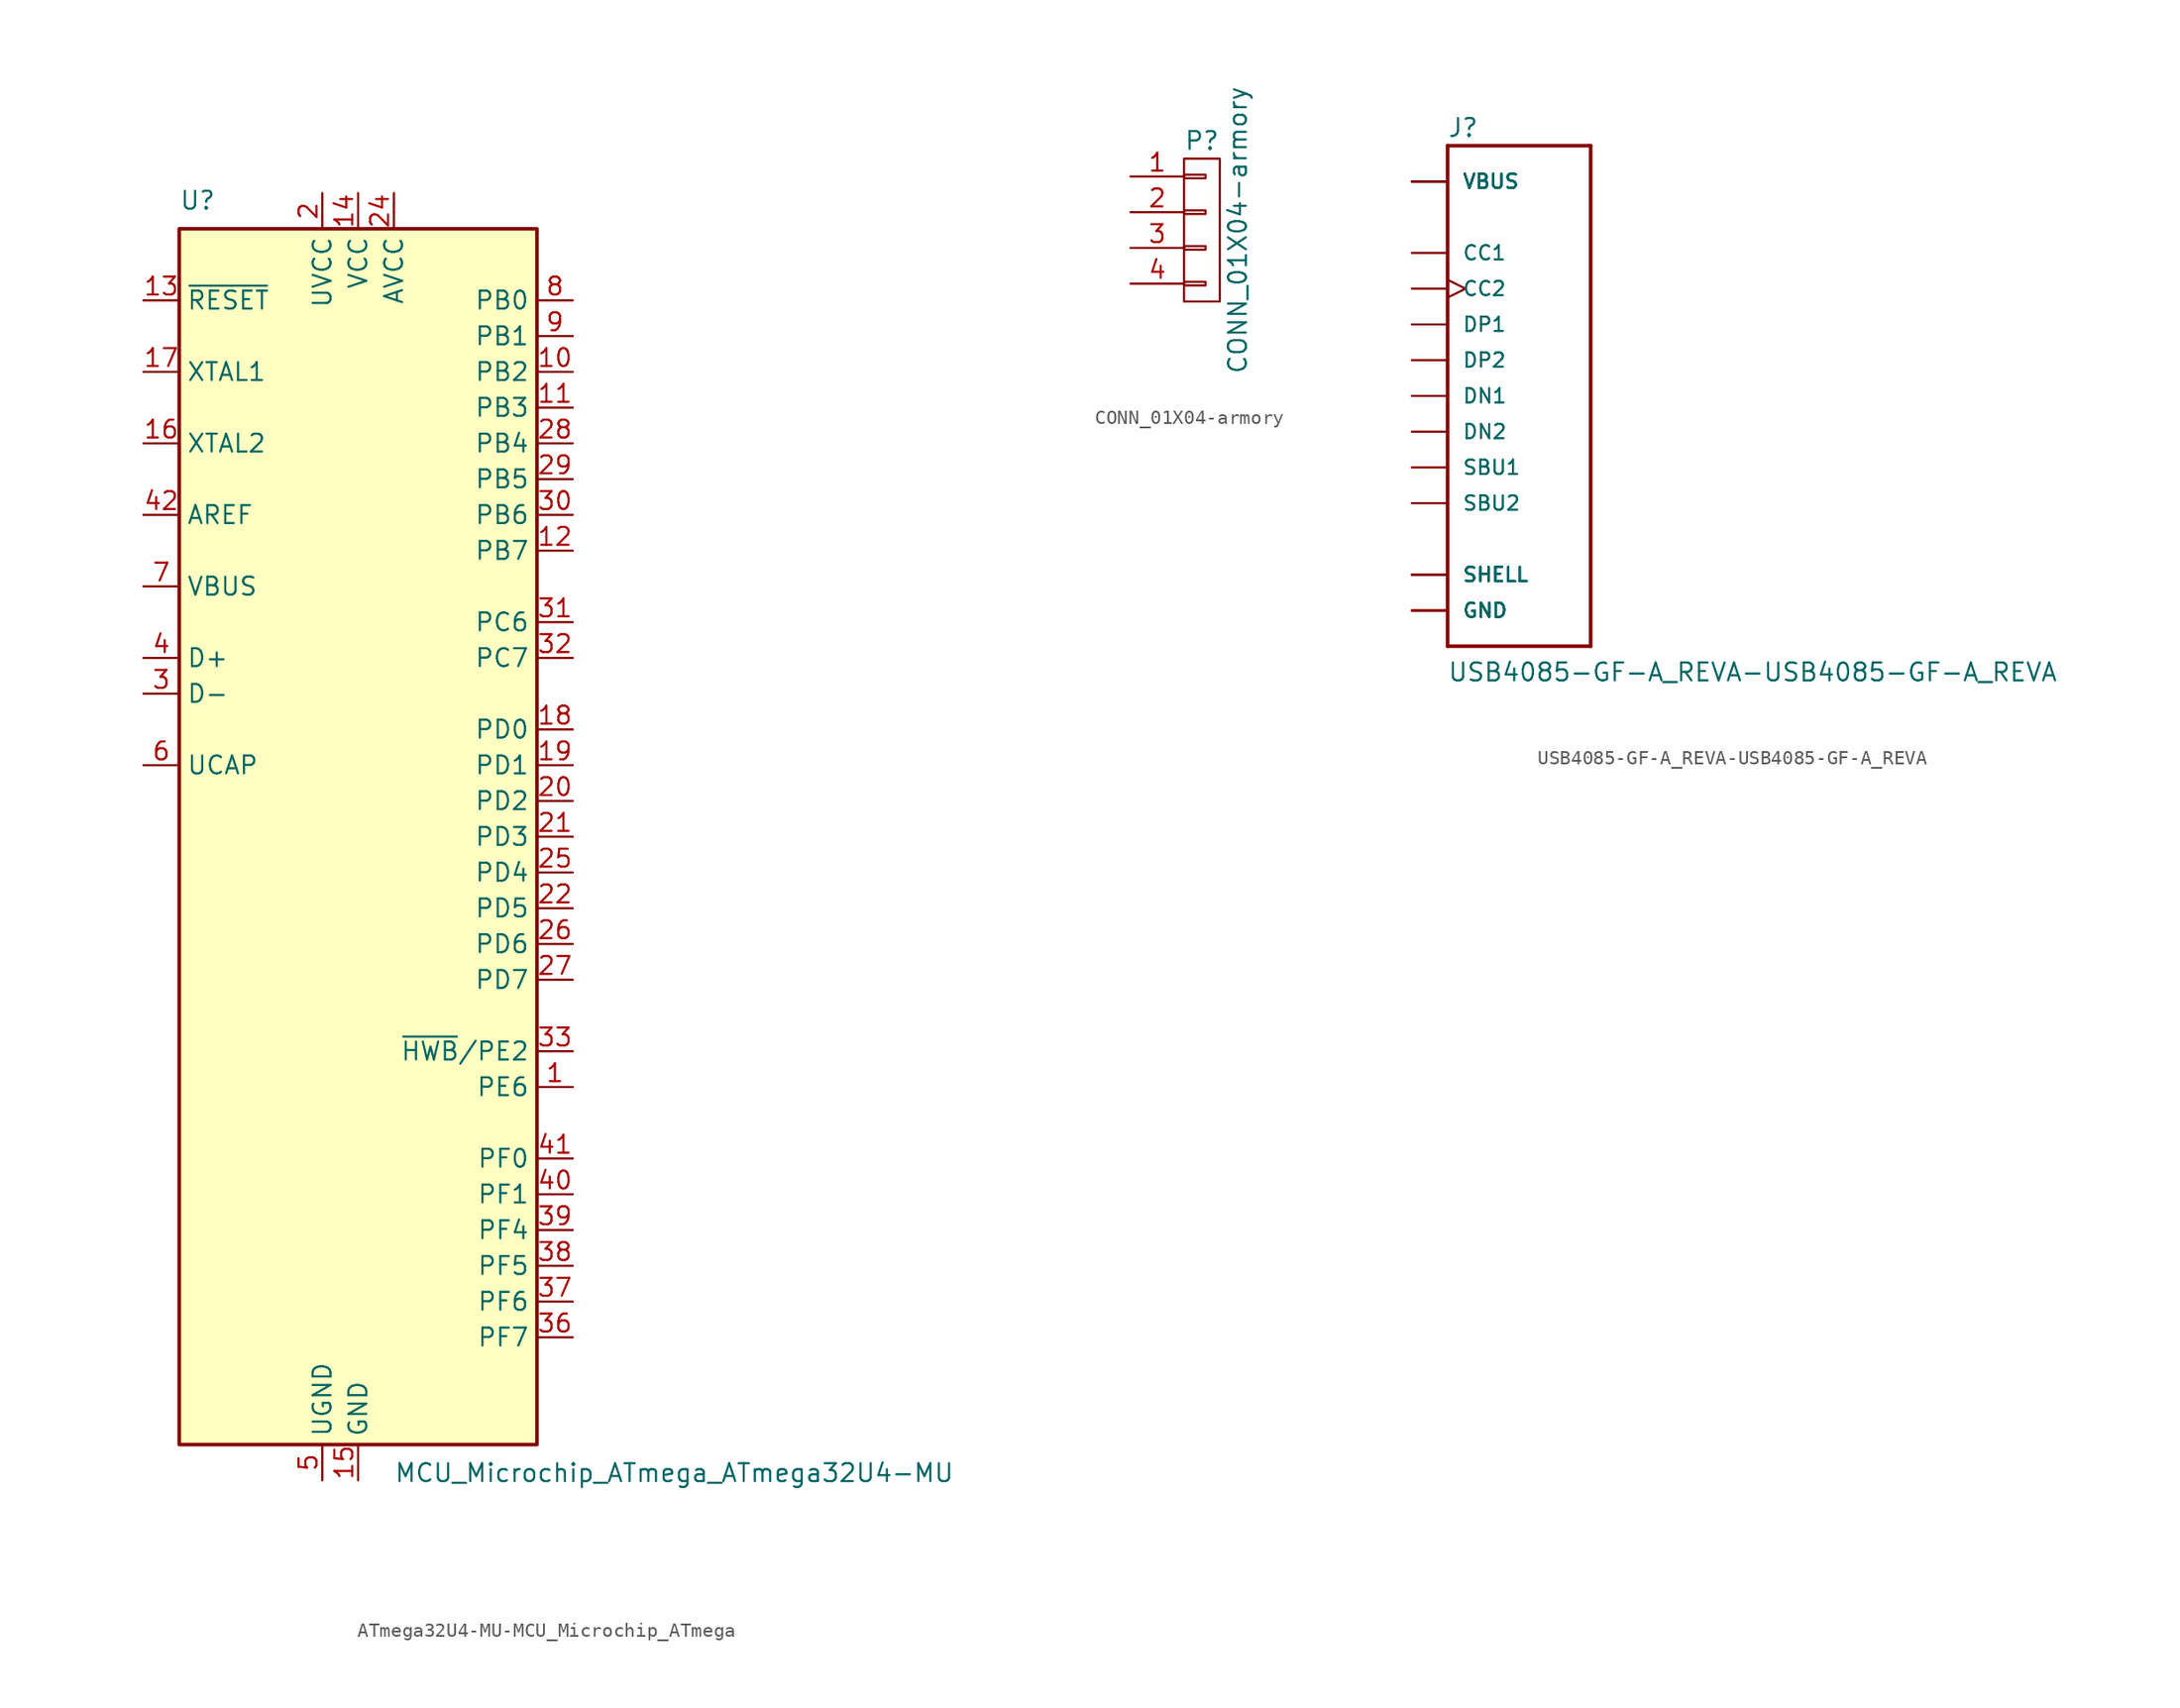
<source format=kicad_sym>
(kicad_symbol_lib
  (version 20231120)
  (generator "kicad_symbol_editor")
  (generator_version "8.0")
  (symbol "ATmega32U4-MU-MCU_Microchip_ATmega"
    (property "Reference" "U"
      (at -12.7 44.45 0)
      (effects (font (size 1.27 1.27)) (justify left bottom)))
    (property "Value" "MCU_Microchip_ATmega_ATmega32U4-MU"
      (at 2.54 -44.45 0)
      (effects (font (size 1.27 1.27)) (justify left top)))
    (symbol "ATmega32U4-MU-MCU_Microchip_ATmega_0_1"
      (rectangle (start -12.7 -43.18) (end 12.7 43.18) (stroke (width 0.254) (type solid)) (fill (type background))))
    (symbol "ATmega32U4-MU-MCU_Microchip_ATmega_1_1"
      (pin bidirectional line (at 15.24 -17.78 180) (length 2.54) (name "PE6" (effects (font (size 1.27 1.27)))) (number "1" (effects (font (size 1.27 1.27)))))
      (pin bidirectional line (at 15.24 33.02 180) (length 2.54) (name "PB2" (effects (font (size 1.27 1.27)))) (number "10" (effects (font (size 1.27 1.27)))))
      (pin bidirectional line (at 15.24 30.48 180) (length 2.54) (name "PB3" (effects (font (size 1.27 1.27)))) (number "11" (effects (font (size 1.27 1.27)))))
      (pin bidirectional line (at 15.24 20.32 180) (length 2.54) (name "PB7" (effects (font (size 1.27 1.27)))) (number "12" (effects (font (size 1.27 1.27)))))
      (pin input line (at -15.24 38.1 0) (length 2.54) (name "~{RESET}" (effects (font (size 1.27 1.27)))) (number "13" (effects (font (size 1.27 1.27)))))
      (pin power_in line (at 0 45.72 270) (length 2.54) (name "VCC" (effects (font (size 1.27 1.27)))) (number "14" (effects (font (size 1.27 1.27)))))
      (pin power_in line (at 0 -45.72 90) (length 2.54) (name "GND" (effects (font (size 1.27 1.27)))) (number "15" (effects (font (size 1.27 1.27)))))
      (pin output line (at -15.24 27.94 0) (length 2.54) (name "XTAL2" (effects (font (size 1.27 1.27)))) (number "16" (effects (font (size 1.27 1.27)))))
      (pin input line (at -15.24 33.02 0) (length 2.54) (name "XTAL1" (effects (font (size 1.27 1.27)))) (number "17" (effects (font (size 1.27 1.27)))))
      (pin bidirectional line (at 15.24 7.62 180) (length 2.54) (name "PD0" (effects (font (size 1.27 1.27)))) (number "18" (effects (font (size 1.27 1.27)))))
      (pin bidirectional line (at 15.24 5.08 180) (length 2.54) (name "PD1" (effects (font (size 1.27 1.27)))) (number "19" (effects (font (size 1.27 1.27)))))
      (pin power_in line (at -2.54 45.72 270) (length 2.54) (name "UVCC" (effects (font (size 1.27 1.27)))) (number "2" (effects (font (size 1.27 1.27)))))
      (pin bidirectional line (at 15.24 2.54 180) (length 2.54) (name "PD2" (effects (font (size 1.27 1.27)))) (number "20" (effects (font (size 1.27 1.27)))))
      (pin bidirectional line (at 15.24 0 180) (length 2.54) (name "PD3" (effects (font (size 1.27 1.27)))) (number "21" (effects (font (size 1.27 1.27)))))
      (pin bidirectional line (at 15.24 -5.08 180) (length 2.54) (name "PD5" (effects (font (size 1.27 1.27)))) (number "22" (effects (font (size 1.27 1.27)))))
      (pin passive line (at 0 -45.72 90) (length 2.54) hide (name "GND" (effects (font (size 1.27 1.27)))) (number "23" (effects (font (size 1.27 1.27)))))
      (pin power_in line (at 2.54 45.72 270) (length 2.54) (name "AVCC" (effects (font (size 1.27 1.27)))) (number "24" (effects (font (size 1.27 1.27)))))
      (pin bidirectional line (at 15.24 -2.54 180) (length 2.54) (name "PD4" (effects (font (size 1.27 1.27)))) (number "25" (effects (font (size 1.27 1.27)))))
      (pin bidirectional line (at 15.24 -7.62 180) (length 2.54) (name "PD6" (effects (font (size 1.27 1.27)))) (number "26" (effects (font (size 1.27 1.27)))))
      (pin bidirectional line (at 15.24 -10.16 180) (length 2.54) (name "PD7" (effects (font (size 1.27 1.27)))) (number "27" (effects (font (size 1.27 1.27)))))
      (pin bidirectional line (at 15.24 27.94 180) (length 2.54) (name "PB4" (effects (font (size 1.27 1.27)))) (number "28" (effects (font (size 1.27 1.27)))))
      (pin bidirectional line (at 15.24 25.4 180) (length 2.54) (name "PB5" (effects (font (size 1.27 1.27)))) (number "29" (effects (font (size 1.27 1.27)))))
      (pin bidirectional line (at -15.24 10.16 0) (length 2.54) (name "D-" (effects (font (size 1.27 1.27)))) (number "3" (effects (font (size 1.27 1.27)))))
      (pin bidirectional line (at 15.24 22.86 180) (length 2.54) (name "PB6" (effects (font (size 1.27 1.27)))) (number "30" (effects (font (size 1.27 1.27)))))
      (pin bidirectional line (at 15.24 15.24 180) (length 2.54) (name "PC6" (effects (font (size 1.27 1.27)))) (number "31" (effects (font (size 1.27 1.27)))))
      (pin bidirectional line (at 15.24 12.7 180) (length 2.54) (name "PC7" (effects (font (size 1.27 1.27)))) (number "32" (effects (font (size 1.27 1.27)))))
      (pin bidirectional line (at 15.24 -15.24 180) (length 2.54) (name "~{HWB}/PE2" (effects (font (size 1.27 1.27)))) (number "33" (effects (font (size 1.27 1.27)))))
      (pin passive line (at 0 45.72 270) (length 2.54) hide (name "VCC" (effects (font (size 1.27 1.27)))) (number "34" (effects (font (size 1.27 1.27)))))
      (pin passive line (at 0 -45.72 90) (length 2.54) hide (name "GND" (effects (font (size 1.27 1.27)))) (number "35" (effects (font (size 1.27 1.27)))))
      (pin bidirectional line (at 15.24 -35.56 180) (length 2.54) (name "PF7" (effects (font (size 1.27 1.27)))) (number "36" (effects (font (size 1.27 1.27)))))
      (pin bidirectional line (at 15.24 -33.02 180) (length 2.54) (name "PF6" (effects (font (size 1.27 1.27)))) (number "37" (effects (font (size 1.27 1.27)))))
      (pin bidirectional line (at 15.24 -30.48 180) (length 2.54) (name "PF5" (effects (font (size 1.27 1.27)))) (number "38" (effects (font (size 1.27 1.27)))))
      (pin bidirectional line (at 15.24 -27.94 180) (length 2.54) (name "PF4" (effects (font (size 1.27 1.27)))) (number "39" (effects (font (size 1.27 1.27)))))
      (pin bidirectional line (at -15.24 12.7 0) (length 2.54) (name "D+" (effects (font (size 1.27 1.27)))) (number "4" (effects (font (size 1.27 1.27)))))
      (pin bidirectional line (at 15.24 -25.4 180) (length 2.54) (name "PF1" (effects (font (size 1.27 1.27)))) (number "40" (effects (font (size 1.27 1.27)))))
      (pin bidirectional line (at 15.24 -22.86 180) (length 2.54) (name "PF0" (effects (font (size 1.27 1.27)))) (number "41" (effects (font (size 1.27 1.27)))))
      (pin passive line (at -15.24 22.86 0) (length 2.54) (name "AREF" (effects (font (size 1.27 1.27)))) (number "42" (effects (font (size 1.27 1.27)))))
      (pin passive line (at 0 -45.72 90) (length 2.54) hide (name "GND" (effects (font (size 1.27 1.27)))) (number "43" (effects (font (size 1.27 1.27)))))
      (pin passive line (at 2.54 45.72 270) (length 2.54) hide (name "AVCC" (effects (font (size 1.27 1.27)))) (number "44" (effects (font (size 1.27 1.27)))))
      (pin passive line (at 0 -45.72 90) (length 2.54) hide (name "GND" (effects (font (size 1.27 1.27)))) (number "45" (effects (font (size 1.27 1.27)))))
      (pin passive line (at -2.54 -45.72 90) (length 2.54) (name "UGND" (effects (font (size 1.27 1.27)))) (number "5" (effects (font (size 1.27 1.27)))))
      (pin passive line (at -15.24 5.08 0) (length 2.54) (name "UCAP" (effects (font (size 1.27 1.27)))) (number "6" (effects (font (size 1.27 1.27)))))
      (pin input line (at -15.24 17.78 0) (length 2.54) (name "VBUS" (effects (font (size 1.27 1.27)))) (number "7" (effects (font (size 1.27 1.27)))))
      (pin bidirectional line (at 15.24 38.1 180) (length 2.54) (name "PB0" (effects (font (size 1.27 1.27)))) (number "8" (effects (font (size 1.27 1.27)))))
      (pin bidirectional line (at 15.24 35.56 180) (length 2.54) (name "PB1" (effects (font (size 1.27 1.27)))) (number "9" (effects (font (size 1.27 1.27)))))))
  (symbol "CONN_01X04-armory"
    (pin_names
      (offset 1.016) hide)
    (property "Reference" "P"
      (at 0 6.35 0)
      (effects (font (size 1.27 1.27))))
    (property "Value" "CONN_01X04-armory"
      (at 2.54 0 90)
      (effects (font (size 1.27 1.27))))
    (property "Footprint" ""
      (at 0 0 0)
      (effects (font (size 1.524 1.524))))
    (property "Datasheet" ""
      (at 0 0 0)
      (effects (font (size 1.524 1.524))))
    (symbol "CONN_01X04-armory_0_1"
      (rectangle (start -1.27 -3.683) (end 0.254 -3.937) (stroke (width 0) (type solid)) (fill (type none)))
      (rectangle (start -1.27 -1.143) (end 0.254 -1.397) (stroke (width 0) (type solid)) (fill (type none)))
      (rectangle (start -1.27 1.397) (end 0.254 1.143) (stroke (width 0) (type solid)) (fill (type none)))
      (rectangle (start -1.27 3.937) (end 0.254 3.683) (stroke (width 0) (type solid)) (fill (type none)))
      (rectangle (start -1.27 5.08) (end 1.27 -5.08) (stroke (width 0) (type solid)) (fill (type none))))
    (symbol "CONN_01X04-armory_1_1"
      (pin passive line (at -5.08 3.81 0) (length 3.81) (name "P1" (effects (font (size 1.27 1.27)))) (number "1" (effects (font (size 1.27 1.27)))))
      (pin passive line (at -5.08 1.27 0) (length 3.81) (name "P2" (effects (font (size 1.27 1.27)))) (number "2" (effects (font (size 1.27 1.27)))))
      (pin passive line (at -5.08 -1.27 0) (length 3.81) (name "P3" (effects (font (size 1.27 1.27)))) (number "3" (effects (font (size 1.27 1.27)))))
      (pin passive line (at -5.08 -3.81 0) (length 3.81) (name "P4" (effects (font (size 1.27 1.27)))) (number "4" (effects (font (size 1.27 1.27)))))))
  (symbol "USB4085-GF-A_REVA-USB4085-GF-A_REVA"
    (pin_numbers hide)
    (pin_names
      (offset 1.016))
    (property "Reference" "J"
      (at -5.105 18.313 0)
      (effects (font (size 1.27 1.27)) (justify left bottom)))
    (property "Value" "USB4085-GF-A_REVA-USB4085-GF-A_REVA"
      (at -5.105 -20.371 0)
      (effects (font (size 1.27 1.27)) (justify left bottom)))
    (property "ki_locked" ""
      (at 0 0 0)
      (effects (font (size 1.27 1.27))))
    (symbol "USB4085-GF-A_REVA-USB4085-GF-A_REVA_0_0"
      (polyline (pts (xy -5.08 -17.78) (xy -5.08 17.78)) (stroke (width 0.254) (type solid)) (fill (type none)))
      (polyline (pts (xy -5.08 17.78) (xy 5.08 17.78)) (stroke (width 0.254) (type solid)) (fill (type none)))
      (polyline (pts (xy 5.08 -17.78) (xy -5.08 -17.78)) (stroke (width 0.254) (type solid)) (fill (type none)))
      (polyline (pts (xy 5.08 17.78) (xy 5.08 -17.78)) (stroke (width 0.254) (type solid)) (fill (type none)))
      (pin passive line (at -7.62 -15.24 0) (length 2.54) (name "GND" (effects (font (size 1.016 1.016)))) (number "A1" (effects (font (size 1.016 1.016)))))
      (pin passive line (at -7.62 -15.24 0) (length 2.54) (name "GND" (effects (font (size 1.016 1.016)))) (number "A12" (effects (font (size 1.016 1.016)))))
      (pin power_in line (at -7.62 15.24 0) (length 2.54) (name "VBUS" (effects (font (size 1.016 1.016)))) (number "A4" (effects (font (size 1.016 1.016)))))
      (pin bidirectional line (at -7.62 10.16 0) (length 2.54) (name "CC1" (effects (font (size 1.016 1.016)))) (number "A5" (effects (font (size 1.016 1.016)))))
      (pin bidirectional line (at -7.62 5.08 0) (length 2.54) (name "DP1" (effects (font (size 1.016 1.016)))) (number "A6" (effects (font (size 1.016 1.016)))))
      (pin bidirectional line (at -7.62 0 0) (length 2.54) (name "DN1" (effects (font (size 1.016 1.016)))) (number "A7" (effects (font (size 1.016 1.016)))))
      (pin bidirectional line (at -7.62 -5.08 0) (length 2.54) (name "SBU1" (effects (font (size 1.016 1.016)))) (number "A8" (effects (font (size 1.016 1.016)))))
      (pin power_in line (at -7.62 15.24 0) (length 2.54) (name "VBUS" (effects (font (size 1.016 1.016)))) (number "A9" (effects (font (size 1.016 1.016)))))
      (pin passive line (at -7.62 -15.24 0) (length 2.54) (name "GND" (effects (font (size 1.016 1.016)))) (number "B1" (effects (font (size 1.016 1.016)))))
      (pin passive line (at -7.62 -15.24 0) (length 2.54) (name "GND" (effects (font (size 1.016 1.016)))) (number "B12" (effects (font (size 1.016 1.016)))))
      (pin power_in line (at -7.62 15.24 0) (length 2.54) (name "VBUS" (effects (font (size 1.016 1.016)))) (number "B4" (effects (font (size 1.016 1.016)))))
      (pin bidirectional clock (at -7.62 7.62 0) (length 2.54) (name "CC2" (effects (font (size 1.016 1.016)))) (number "B5" (effects (font (size 1.016 1.016)))))
      (pin bidirectional line (at -7.62 2.54 0) (length 2.54) (name "DP2" (effects (font (size 1.016 1.016)))) (number "B6" (effects (font (size 1.016 1.016)))))
      (pin bidirectional line (at -7.62 -2.54 0) (length 2.54) (name "DN2" (effects (font (size 1.016 1.016)))) (number "B7" (effects (font (size 1.016 1.016)))))
      (pin bidirectional line (at -7.62 -7.62 0) (length 2.54) (name "SBU2" (effects (font (size 1.016 1.016)))) (number "B8" (effects (font (size 1.016 1.016)))))
      (pin power_in line (at -7.62 15.24 0) (length 2.54) (name "VBUS" (effects (font (size 1.016 1.016)))) (number "B9" (effects (font (size 1.016 1.016)))))
      (pin passive line (at -7.62 -12.7 0) (length 2.54) (name "SHELL" (effects (font (size 1.016 1.016)))) (number "P1" (effects (font (size 1.016 1.016)))))
      (pin passive line (at -7.62 -12.7 0) (length 2.54) (name "SHELL" (effects (font (size 1.016 1.016)))) (number "P2" (effects (font (size 1.016 1.016)))))
      (pin passive line (at -7.62 -12.7 0) (length 2.54) (name "SHELL" (effects (font (size 1.016 1.016)))) (number "P3" (effects (font (size 1.016 1.016)))))
      (pin passive line (at -7.62 -12.7 0) (length 2.54) (name "SHELL" (effects (font (size 1.016 1.016)))) (number "P4" (effects (font (size 1.016 1.016))))))))
</source>
